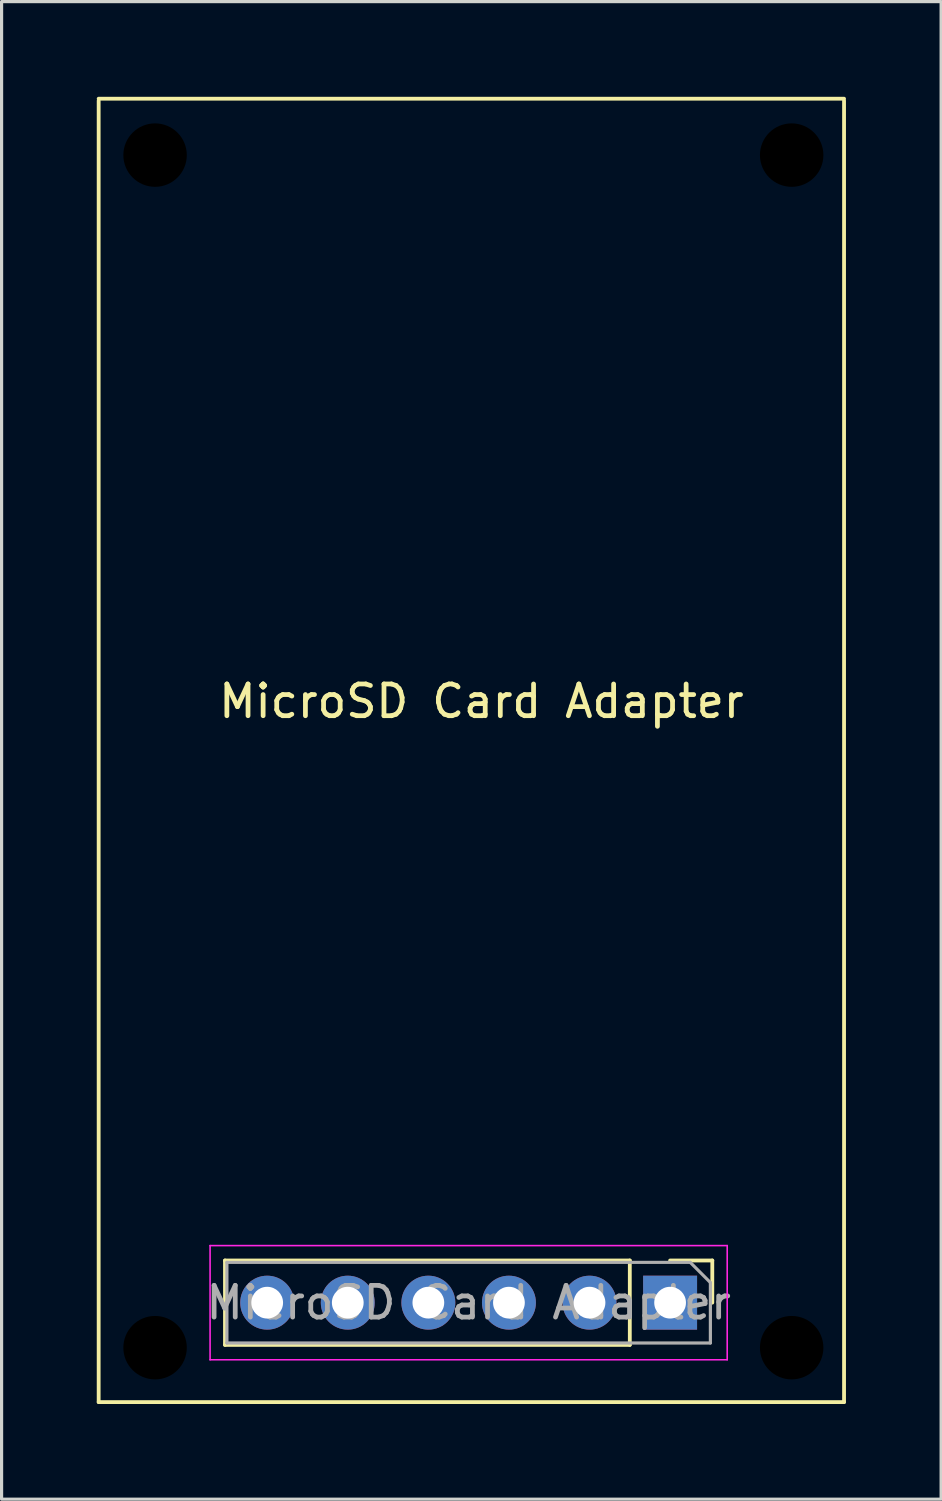
<source format=kicad_pcb>
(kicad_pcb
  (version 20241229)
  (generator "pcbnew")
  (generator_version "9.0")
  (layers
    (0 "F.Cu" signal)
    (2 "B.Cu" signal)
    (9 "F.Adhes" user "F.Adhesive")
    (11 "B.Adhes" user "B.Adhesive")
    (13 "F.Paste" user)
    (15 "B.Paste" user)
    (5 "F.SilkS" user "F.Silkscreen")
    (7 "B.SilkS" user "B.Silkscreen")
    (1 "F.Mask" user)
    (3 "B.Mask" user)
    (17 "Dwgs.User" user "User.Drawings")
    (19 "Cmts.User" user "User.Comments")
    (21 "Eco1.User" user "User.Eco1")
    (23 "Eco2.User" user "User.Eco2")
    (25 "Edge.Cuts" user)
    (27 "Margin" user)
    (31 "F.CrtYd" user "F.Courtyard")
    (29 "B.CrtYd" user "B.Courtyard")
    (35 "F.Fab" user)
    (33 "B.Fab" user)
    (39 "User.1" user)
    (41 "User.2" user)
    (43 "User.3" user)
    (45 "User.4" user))
  (footprint "MicroSD Card Adapter"
    (layer "F.Cu")
    (at 12.125 19.555)
    (property "Reference" "MicroSD Card Adapter" (at 0 -0.5 0) (unlocked yes) (layer "F.SilkS") (effects (font (size 1 1) (thickness 0.15))))
    (attr through_hole)
    (fp_line (start -12.065 -19.494) (end 11.43 -19.494) (stroke (width 0.12) (type default)) (layer "F.SilkS"))
    (fp_line (start -12.065 -19.431) (end -12.065 21.59) (stroke (width 0.12) (type default)) (layer "F.SilkS"))
    (fp_line (start -12.065 21.59) (end 11.43 21.59) (stroke (width 0.12) (type default)) (layer "F.SilkS"))
    (fp_line (start -8.083 17.127) (end -8.083 19.787) (stroke (width 0.12) (type solid)) (layer "F.SilkS"))
    (fp_line (start 4.677 17.127) (end -8.083 17.127) (stroke (width 0.12) (type solid)) (layer "F.SilkS"))
    (fp_line (start 4.677 17.127) (end 4.677 19.787) (stroke (width 0.12) (type solid)) (layer "F.SilkS"))
    (fp_line (start 4.677 19.787) (end -8.083 19.787) (stroke (width 0.12) (type solid)) (layer "F.SilkS"))
    (fp_line (start 5.947 17.127) (end 7.277 17.127) (stroke (width 0.12) (type solid)) (layer "F.SilkS"))
    (fp_line (start 7.277 17.127) (end 7.277 18.456) (stroke (width 0.12) (type solid)) (layer "F.SilkS"))
    (fp_line (start 11.43 -19.431) (end 11.43 21.59) (stroke (width 0.12) (type default)) (layer "F.SilkS"))
    (fp_line (start -8.553 16.657) (end -8.553 20.256) (stroke (width 0.05) (type solid)) (layer "F.CrtYd"))
    (fp_line (start -8.553 20.256) (end 7.747 20.256) (stroke (width 0.05) (type solid)) (layer "F.CrtYd"))
    (fp_line (start 7.747 16.657) (end -8.553 16.657) (stroke (width 0.05) (type solid)) (layer "F.CrtYd"))
    (fp_line (start 7.747 20.256) (end 7.747 16.657) (stroke (width 0.05) (type solid)) (layer "F.CrtYd"))
    (fp_line (start -8.023 17.186) (end 6.582 17.186) (stroke (width 0.1) (type solid)) (layer "F.Fab"))
    (fp_line (start -8.023 19.727) (end -8.023 17.186) (stroke (width 0.1) (type solid)) (layer "F.Fab"))
    (fp_line (start 6.582 17.186) (end 7.217 17.822) (stroke (width 0.1) (type solid)) (layer "F.Fab"))
    (fp_line (start 7.217 17.822) (end 7.217 19.727) (stroke (width 0.1) (type solid)) (layer "F.Fab"))
    (fp_line (start 7.217 19.727) (end -8.023 19.727) (stroke (width 0.1) (type solid)) (layer "F.Fab"))
    (fp_text user "${REFERENCE}" (at -0.403 18.456 180) (layer "F.Fab") (effects (font (size 1 1) (thickness 0.15))))
    (pad "" np_thru_hole circle (at -10.287 -17.716) (size 2 2) (drill 2) (layers "*.Mask"))
    (pad "" np_thru_hole circle (at -10.287 19.875) (size 2 2) (drill 2) (layers "*.Mask"))
    (pad "" np_thru_hole circle (at 9.779 -17.716) (size 2 2) (drill 2) (layers "*.Mask"))
    (pad "" np_thru_hole circle (at 9.779 19.875) (size 2 2) (drill 2) (layers "*.Mask"))
    (pad "1" thru_hole rect (at 5.947 18.456 270) (size 1.7 1.7) (drill 1) (layers "*.Cu" "*.Mask"))
    (pad "2" thru_hole oval (at 3.407 18.456 270) (size 1.7 1.7) (drill 1) (layers "*.Cu" "*.Mask"))
    (pad "3" thru_hole oval (at 0.867 18.456 270) (size 1.7 1.7) (drill 1) (layers "*.Cu" "*.Mask"))
    (pad "4" thru_hole oval (at -1.673 18.456 270) (size 1.7 1.7) (drill 1) (layers "*.Cu" "*.Mask"))
    (pad "5" thru_hole oval (at -4.213 18.456 270) (size 1.7 1.7) (drill 1) (layers "*.Cu" "*.Mask"))
    (pad "6" thru_hole oval (at -6.753 18.456 270) (size 1.7 1.7) (drill 1) (layers "*.Cu" "*.Mask")))
  (gr_rect
    (start -3 -3)
    (end 26.615 44.205)
    (stroke (width 0.1) (type default))
    (fill no)
    (layer "Edge.Cuts")))
</source>
